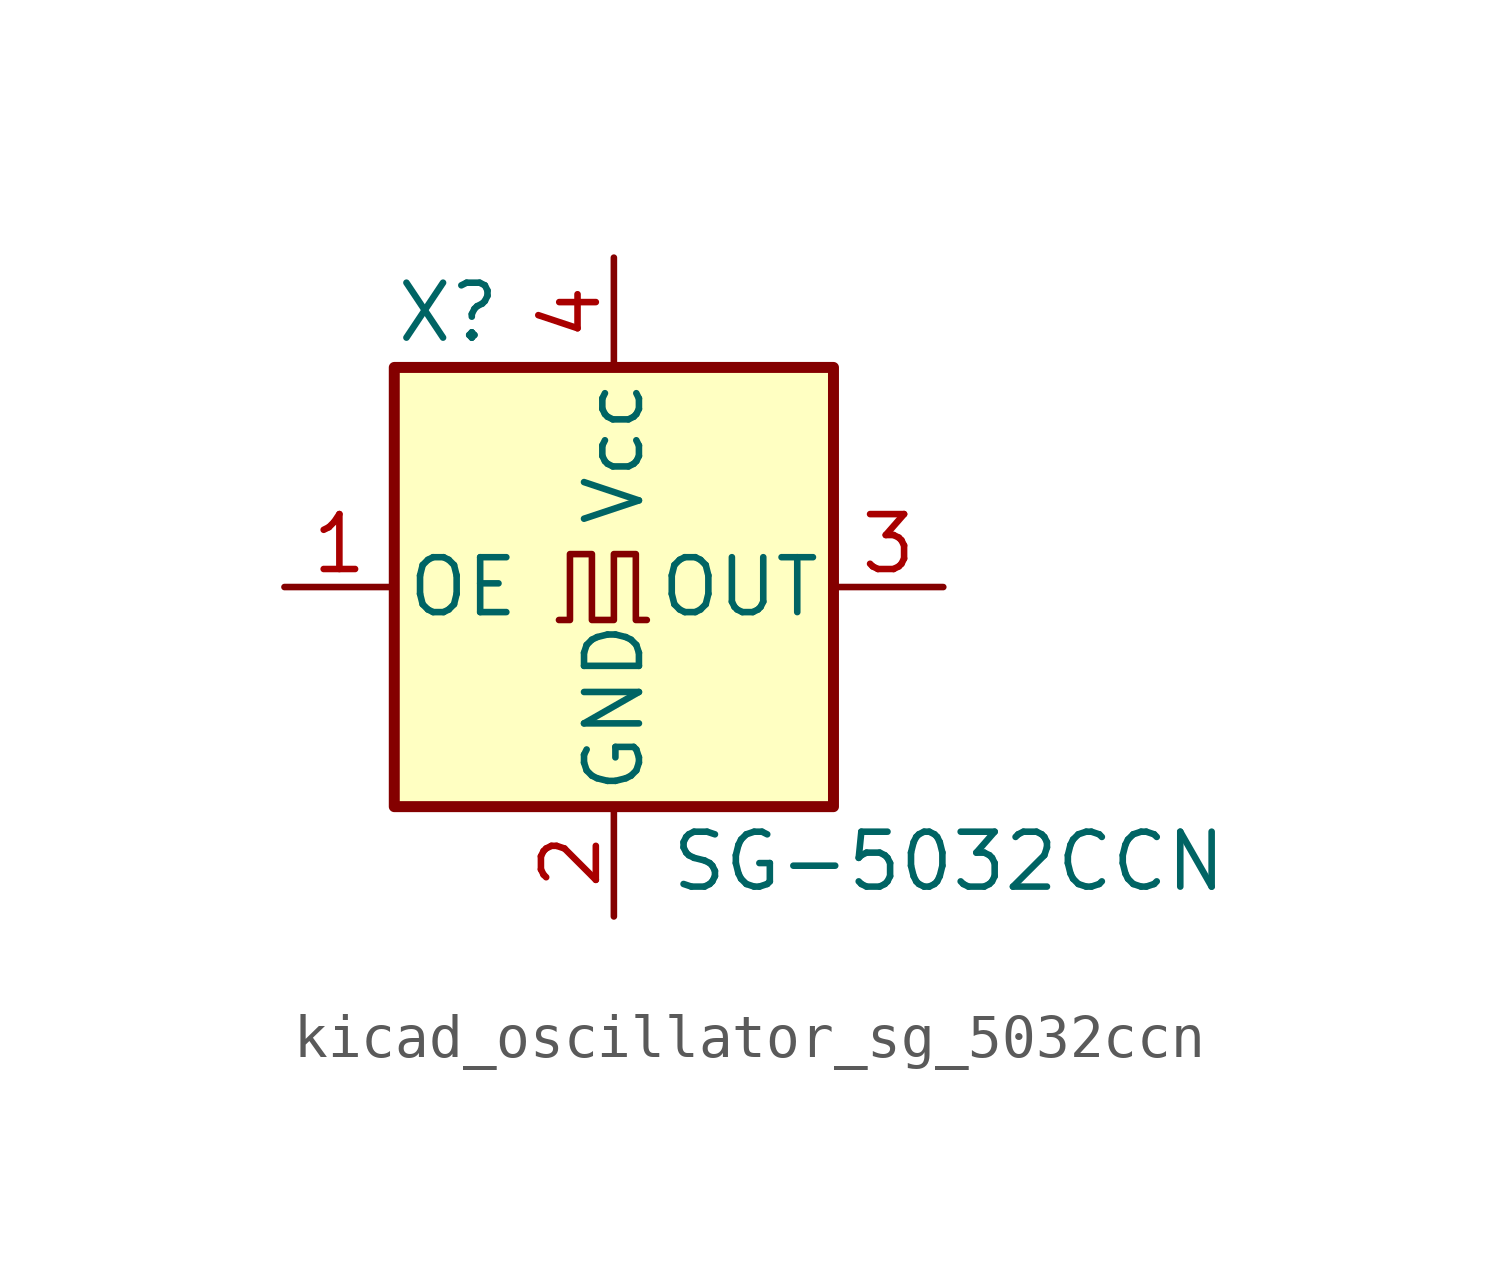
<source format=kicad_sym>
(kicad_symbol_lib
  (version 20220914)
  (generator kicad_symbol_editor)
  (symbol "kicad_oscillator_sg_5032ccn"
    (pin_names
      (offset 0.254))
    (property "Reference" "X"
      (at -5.08 6.35 0)
      (effects (font (size 1.27 1.27)) (justify left)))
    (property "Value" "SG-5032CCN"
      (at 1.27 -6.35 0)
      (effects (font (size 1.27 1.27)) (justify left)))
    (symbol "kicad_oscillator_sg_5032ccn_0_1"
      (rectangle (start -5.08 5.08) (end 5.08 -5.08) (stroke (width 0.254) (type default)) (fill (type background)))
      (polyline (pts (xy -1.27 -0.762) (xy -1.016 -0.762) (xy -1.016 0.762) (xy -0.508 0.762) (xy -0.508 -0.762) (xy 0 -0.762) (xy 0 0.762) (xy 0.508 0.762) (xy 0.508 -0.762) (xy 0.762 -0.762)) (stroke (width 0) (type default)) (fill (type none))))
    (symbol "kicad_oscillator_sg_5032ccn_1_1"
      (pin input line (at -7.62 0 0) (length 2.54) (name "OE" (effects (font (size 1.27 1.27)))) (number "1" (effects (font (size 1.27 1.27)))))
      (pin power_in line (at 0 -7.62 90) (length 2.54) (name "GND" (effects (font (size 1.27 1.27)))) (number "2" (effects (font (size 1.27 1.27)))))
      (pin output line (at 7.62 0 180) (length 2.54) (name "OUT" (effects (font (size 1.27 1.27)))) (number "3" (effects (font (size 1.27 1.27)))))
      (pin power_in line (at 0 7.62 270) (length 2.54) (name "Vcc" (effects (font (size 1.27 1.27)))) (number "4" (effects (font (size 1.27 1.27))))))))
</source>
